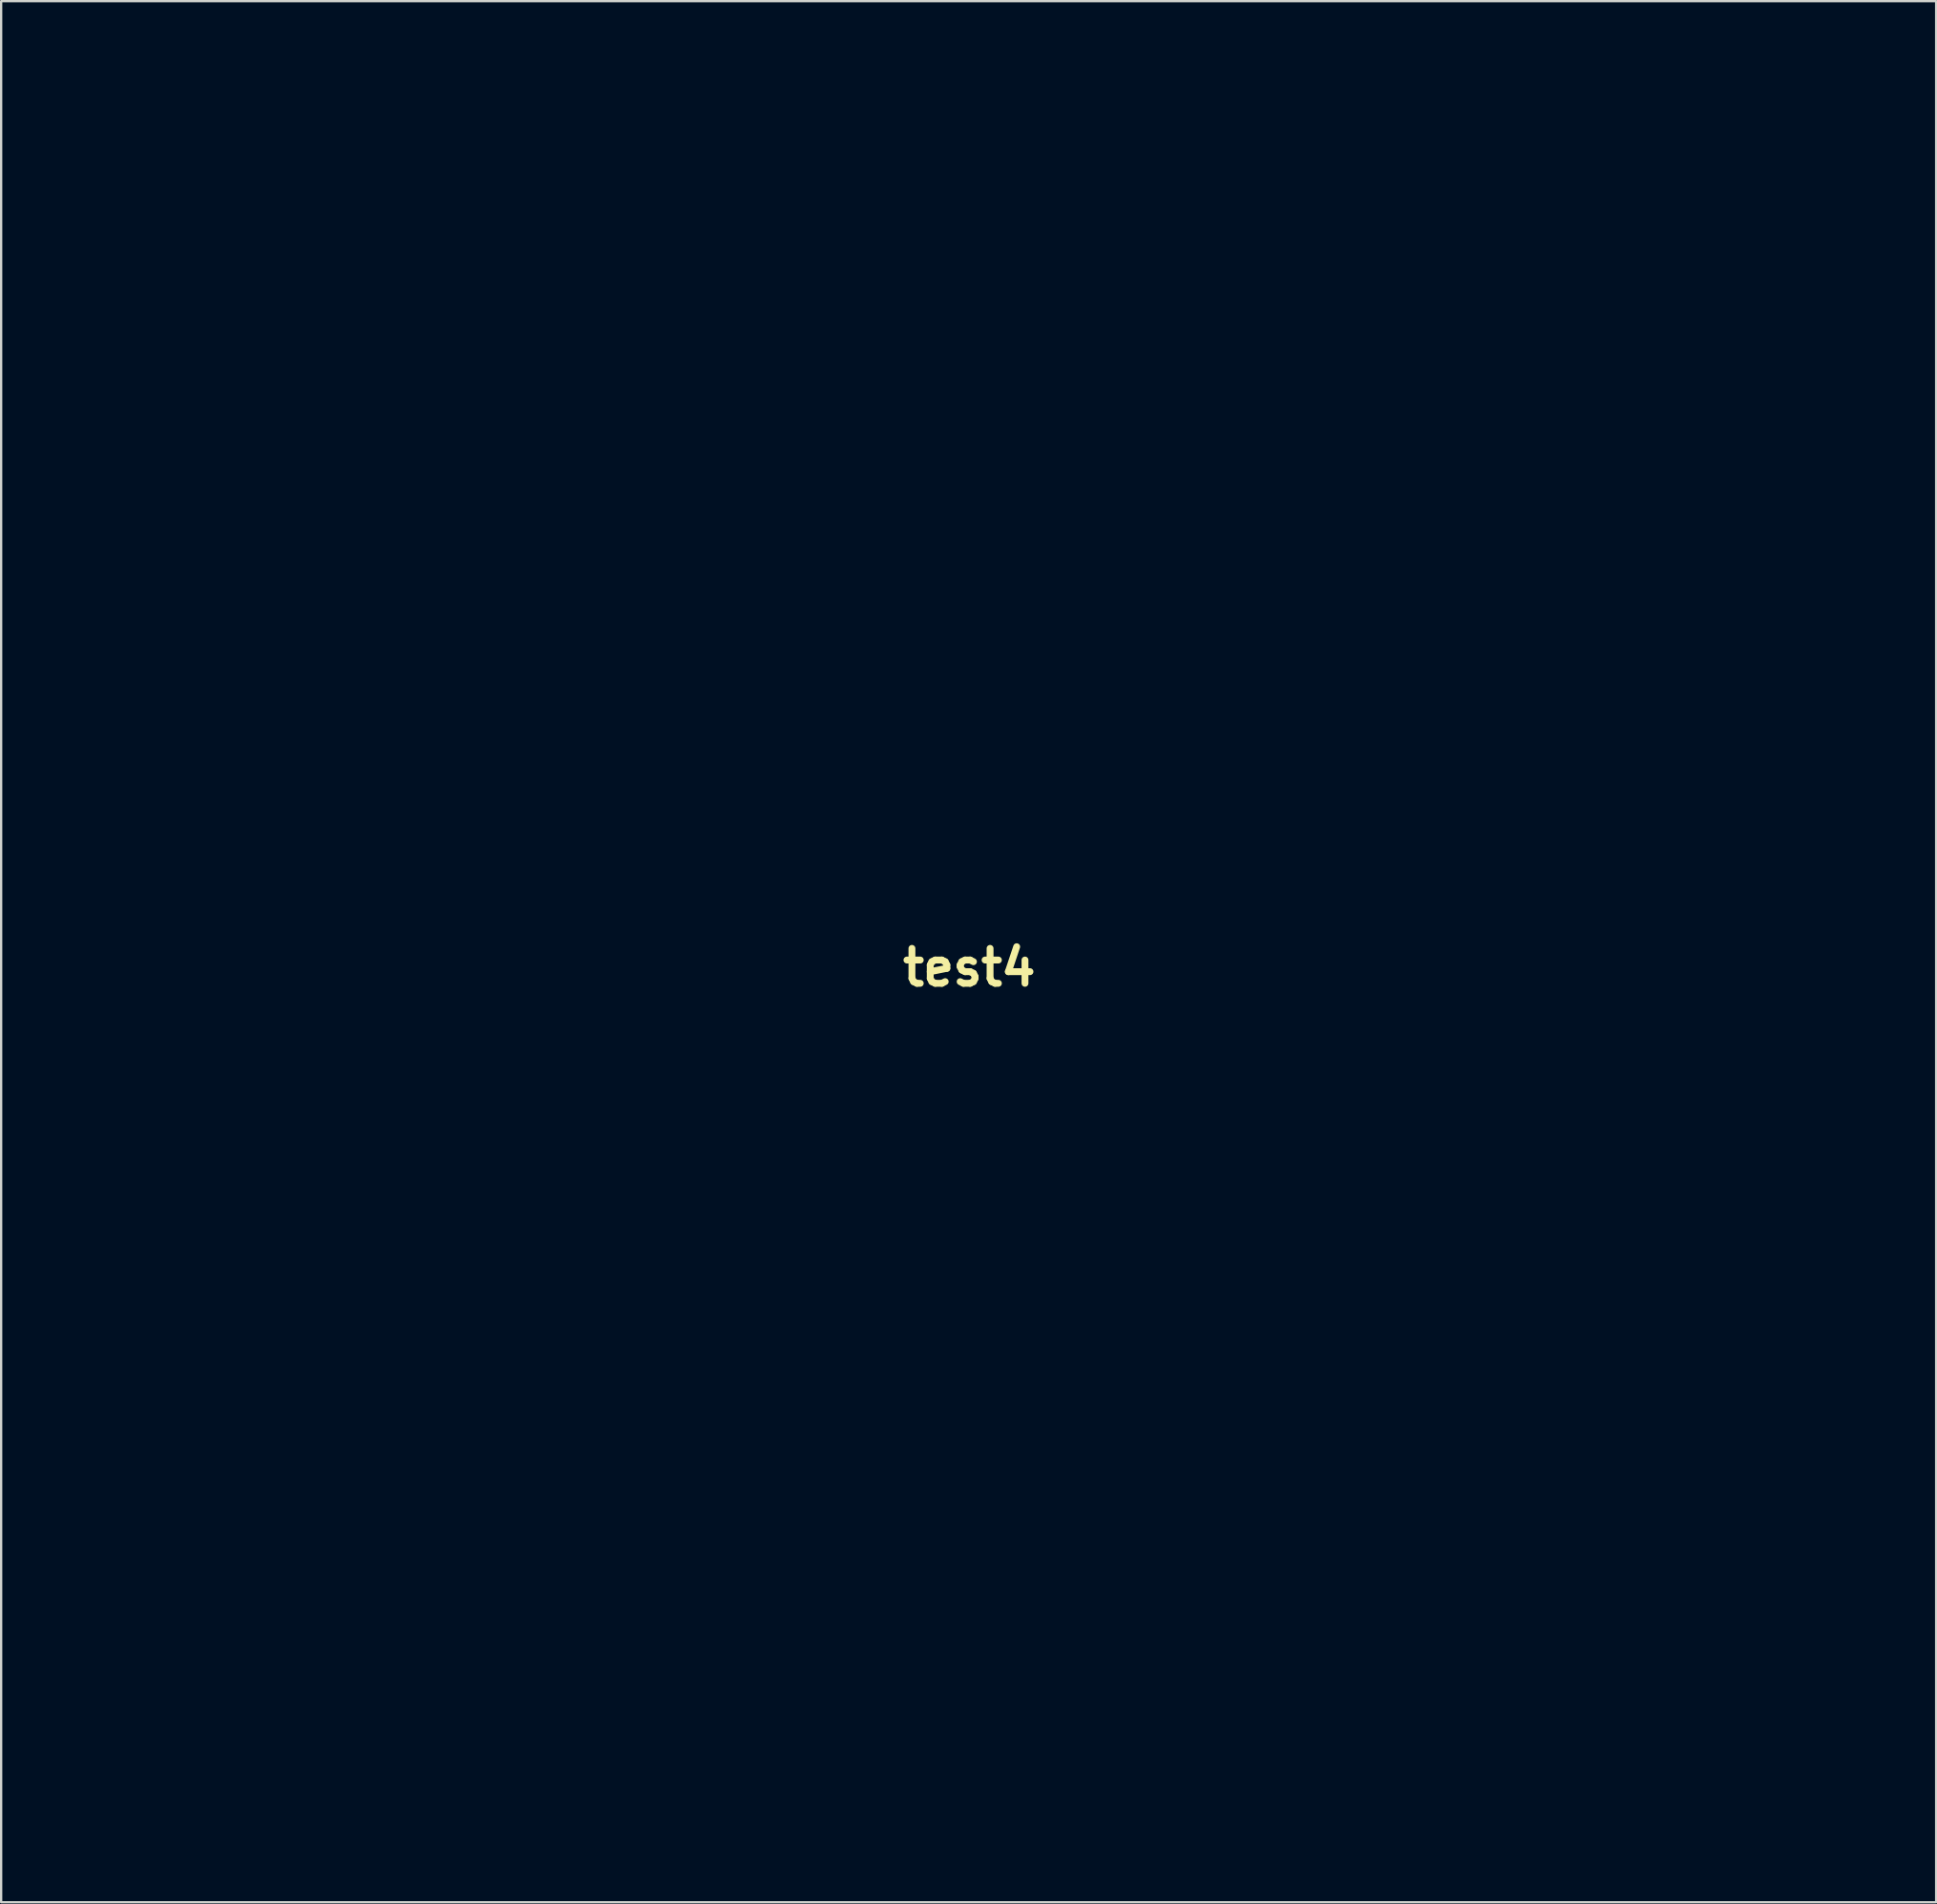
<source format=kicad_pcb>
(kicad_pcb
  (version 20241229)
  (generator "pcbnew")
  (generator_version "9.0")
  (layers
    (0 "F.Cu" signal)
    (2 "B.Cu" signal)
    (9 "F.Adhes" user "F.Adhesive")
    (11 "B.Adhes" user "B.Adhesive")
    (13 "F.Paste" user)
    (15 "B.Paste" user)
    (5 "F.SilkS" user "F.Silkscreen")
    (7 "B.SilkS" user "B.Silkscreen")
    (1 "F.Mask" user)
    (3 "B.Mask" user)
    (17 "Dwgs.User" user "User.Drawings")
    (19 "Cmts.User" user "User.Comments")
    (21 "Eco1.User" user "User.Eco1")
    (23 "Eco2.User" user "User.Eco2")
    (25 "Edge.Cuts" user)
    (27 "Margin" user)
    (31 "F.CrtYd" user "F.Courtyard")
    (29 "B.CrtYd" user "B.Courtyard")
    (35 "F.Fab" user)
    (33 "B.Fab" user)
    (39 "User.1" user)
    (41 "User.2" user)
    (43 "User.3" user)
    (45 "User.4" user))
  (footprint "test4"
    (layer "F.Cu")
    (at 39.263 39.176)
    (property "Reference" "test4" (at 0 0 0) (layer "F.SilkS") (effects (font (size 1.524 1.524) (thickness 0.3))))
    (attr through_hole)
    (fp_poly (pts (xy -18.442 30.753) (xy -18.384 30.865) (xy -18.378 30.956) (xy -18.382 30.961) (xy -18.445 30.94) (xy -18.492 30.9) (xy -18.571 30.782) (xy -18.552 30.707) (xy -18.513 30.698) (xy -18.442 30.753)) (stroke (width 0.01) (type solid)) (fill yes) (layer "F.Mask"))
    (fp_poly (pts (xy -35.838 1.709) (xy -35.506 1.832) (xy -35.289 1.949) (xy -35.199 2.055) (xy -35.197 2.069) (xy -35.207 2.162) (xy -35.215 2.171) (xy -35.285 2.139) (xy -35.447 2.064) (xy -35.614 1.985) (xy -35.818 1.874) (xy -35.953 1.776) (xy -36.003 1.706) (xy -35.955 1.683) (xy -35.838 1.709)) (stroke (width 0.01) (type solid)) (fill yes) (layer "F.Mask"))
    (fp_poly (pts (xy -8.517 26.929) (xy -8.335 27.004) (xy -8.164 27.085) (xy -7.889 27.232) (xy -7.73 27.342) (xy -7.692 27.409) (xy -7.783 27.428) (xy -7.783 27.428) (xy -7.896 27.397) (xy -8.09 27.322) (xy -8.255 27.25) (xy -8.474 27.132) (xy -8.609 27.021) (xy -8.636 26.965) (xy -8.61 26.918) (xy -8.517 26.929)) (stroke (width 0.01) (type solid)) (fill yes) (layer "F.Mask"))
    (fp_poly (pts (xy -18.522 31.455) (xy -18.428 31.499) (xy -18.331 31.626) (xy -18.292 31.85) (xy -18.315 32.132) (xy -18.35 32.275) (xy -18.397 32.437) (xy -18.705 32.253) (xy -18.884 32.131) (xy -18.995 32.025) (xy -19.014 31.986) (xy -18.975 31.874) (xy -18.882 31.714) (xy -18.768 31.554) (xy -18.667 31.445) (xy -18.628 31.424) (xy -18.522 31.455)) (stroke (width 0.01) (type solid)) (fill yes) (layer "F.Mask"))
    (fp_poly (pts (xy -34.906 8.969) (xy -34.812 9.058) (xy -34.706 9.186) (xy -34.613 9.328) (xy -34.579 9.398) (xy -34.466 9.697) (xy -34.425 9.877) (xy -34.459 9.942) (xy -34.567 9.9) (xy -34.634 9.852) (xy -34.724 9.728) (xy -34.81 9.526) (xy -34.833 9.448) (xy -34.894 9.226) (xy -34.947 9.05) (xy -34.959 9.012) (xy -34.964 8.945) (xy -34.906 8.969)) (stroke (width 0.01) (type solid)) (fill yes) (layer "F.Mask"))
    (fp_poly (pts (xy -36.135 9.788) (xy -35.847 9.796) (xy -35.579 9.809) (xy -35.37 9.824) (xy -35.26 9.84) (xy -35.255 9.843) (xy -35.206 9.909) (xy -35.278 9.96) (xy -35.45 9.994) (xy -35.699 10.009) (xy -36.003 10.002) (xy -36.338 9.97) (xy -36.395 9.962) (xy -36.57 9.92) (xy -36.679 9.864) (xy -36.697 9.814) (xy -36.609 9.79) (xy -36.402 9.785) (xy -36.135 9.788)) (stroke (width 0.01) (type solid)) (fill yes) (layer "F.Mask"))
    (fp_poly (pts (xy -34.398 10.117) (xy -34.322 10.22) (xy -34.236 10.421) (xy -34.146 10.686) (xy -34.055 10.966) (xy -33.979 11.195) (xy -33.93 11.337) (xy -33.921 11.36) (xy -33.955 11.419) (xy -34.043 11.435) (xy -34.179 11.404) (xy -34.225 11.36) (xy -34.303 11.14) (xy -34.392 10.876) (xy -34.48 10.607) (xy -34.555 10.37) (xy -34.604 10.203) (xy -34.617 10.147) (xy -34.556 10.098) (xy -34.478 10.087) (xy -34.398 10.117)) (stroke (width 0.01) (type solid)) (fill yes) (layer "F.Mask"))
    (fp_poly (pts (xy -21.188 29.938) (xy -20.923 30.112) (xy -20.606 30.291) (xy -20.395 30.395) (xy -19.949 30.598) (xy -20.308 30.793) (xy -20.507 30.899) (xy -20.649 30.968) (xy -20.693 30.984) (xy -20.762 30.944) (xy -20.912 30.843) (xy -21.049 30.748) (xy -21.331 30.55) (xy -21.515 30.415) (xy -21.619 30.319) (xy -21.659 30.237) (xy -21.655 30.147) (xy -21.623 30.023) (xy -21.613 29.986) (xy -21.536 29.682) (xy -21.188 29.938)) (stroke (width 0.01) (type solid)) (fill yes) (layer "F.Mask"))
    (fp_poly (pts (xy -14.736 32.588) (xy -14.093 32.877) (xy -13.394 33.176) (xy -12.687 33.467) (xy -12.021 33.729) (xy -11.513 33.917) (xy -11.422 33.975) (xy -11.461 34.065) (xy -11.467 34.073) (xy -11.581 34.162) (xy -11.638 34.176) (xy -11.73 34.148) (xy -11.932 34.075) (xy -12.22 33.965) (xy -12.57 33.828) (xy -12.845 33.719) (xy -13.599 33.409) (xy -14.224 33.137) (xy -14.73 32.899) (xy -15.128 32.689) (xy -15.426 32.503) (xy -15.634 32.335) (xy -15.652 32.318) (xy -15.937 32.033) (xy -14.736 32.588)) (stroke (width 0.01) (type solid)) (fill yes) (layer "F.Mask"))
    (fp_poly (pts (xy -14.85 33.378) (xy -14.564 33.506) (xy -14.184 33.67) (xy -13.752 33.852) (xy -13.31 34.034) (xy -13.127 34.109) (xy -12.754 34.26) (xy -12.43 34.393) (xy -12.18 34.498) (xy -12.024 34.564) (xy -11.985 34.584) (xy -12.028 34.629) (xy -12.157 34.725) (xy -12.334 34.847) (xy -12.522 34.97) (xy -12.682 35.068) (xy -12.777 35.117) (xy -12.787 35.118) (xy -12.86 35.089) (xy -13.029 35.02) (xy -13.244 34.931) (xy -13.823 34.69) (xy -14.28 34.496) (xy -14.63 34.344) (xy -14.886 34.225) (xy -15.061 34.134) (xy -15.17 34.064) (xy -15.225 34.009) (xy -15.24 33.962) (xy -15.292 33.811) (xy -15.349 33.746) (xy -15.423 33.612) (xy -15.457 33.402) (xy -15.458 33.377) (xy -15.458 33.099) (xy -14.85 33.378)) (stroke (width 0.01) (type solid)) (fill yes) (layer "F.Mask"))
    (fp_poly (pts (xy -8.512 29.136) (xy -8.356 29.289) (xy -8.305 29.34) (xy -8.072 29.55) (xy -7.83 29.697) (xy -7.517 29.818) (xy -7.452 29.838) (xy -7.184 29.929) (xy -6.963 30.018) (xy -6.834 30.087) (xy -6.827 30.092) (xy -6.775 30.139) (xy -6.762 30.174) (xy -6.81 30.209) (xy -6.941 30.254) (xy -7.178 30.321) (xy -7.363 30.373) (xy -7.677 30.476) (xy -8.003 30.609) (xy -8.161 30.686) (xy -8.37 30.795) (xy -8.526 30.875) (xy -8.582 30.903) (xy -8.626 30.864) (xy -8.636 30.79) (xy -8.571 30.665) (xy -8.395 30.523) (xy -8.139 30.38) (xy -7.833 30.256) (xy -7.737 30.226) (xy -7.442 30.138) (xy -7.771 29.993) (xy -8.091 29.82) (xy -8.36 29.617) (xy -8.55 29.408) (xy -8.634 29.218) (xy -8.636 29.191) (xy -8.63 29.097) (xy -8.596 29.076) (xy -8.512 29.136)) (stroke (width 0.01) (type solid)) (fill yes) (layer "F.Mask"))
    (fp_poly (pts (xy -7.068 21.501) (xy -7.069 21.587) (xy -7.118 21.767) (xy -7.202 22.003) (xy -7.203 22.004) (xy -7.388 22.542) (xy -7.497 23.062) (xy -7.544 23.629) (xy -7.547 23.877) (xy -7.547 24.524) (xy -7.934 24.816) (xy -8.151 24.996) (xy -8.328 25.172) (xy -8.418 25.29) (xy -8.519 25.433) (xy -8.6 25.467) (xy -8.636 25.382) (xy -8.636 25.368) (xy -8.574 25.11) (xy -8.384 24.857) (xy -8.134 24.649) (xy -7.765 24.384) (xy -7.765 23.783) (xy -7.751 23.432) (xy -7.714 23.073) (xy -7.661 22.781) (xy -7.656 22.763) (xy -7.598 22.534) (xy -7.559 22.368) (xy -7.547 22.308) (xy -7.598 22.324) (xy -7.726 22.407) (xy -7.783 22.449) (xy -8.004 22.597) (xy -8.261 22.746) (xy -8.328 22.781) (xy -8.513 22.869) (xy -8.604 22.892) (xy -8.634 22.851) (xy -8.636 22.807) (xy -8.568 22.691) (xy -8.373 22.547) (xy -8.233 22.468) (xy -7.952 22.287) (xy -7.657 22.043) (xy -7.472 21.856) (xy -7.294 21.669) (xy -7.153 21.542) (xy -7.073 21.499) (xy -7.068 21.501)) (stroke (width 0.01) (type solid)) (fill yes) (layer "F.Mask"))
    (fp_poly (pts (xy -8.46 25.852) (xy -8.279 25.946) (xy -8.194 26.011) (xy -7.983 26.149) (xy -7.699 26.287) (xy -7.394 26.403) (xy -7.125 26.475) (xy -7.004 26.489) (xy -6.871 26.522) (xy -6.789 26.647) (xy -6.76 26.737) (xy -6.602 27.096) (xy -6.333 27.474) (xy -5.975 27.84) (xy -5.805 27.982) (xy -5.597 28.157) (xy -5.443 28.306) (xy -5.372 28.401) (xy -5.37 28.41) (xy -5.421 28.45) (xy -5.581 28.476) (xy -5.864 28.489) (xy -6.187 28.49) (xy -6.561 28.491) (xy -6.826 28.503) (xy -7.02 28.532) (xy -7.178 28.583) (xy -7.314 28.648) (xy -7.553 28.763) (xy -7.716 28.797) (xy -7.85 28.748) (xy -8.002 28.61) (xy -8.024 28.587) (xy -8.213 28.411) (xy -8.405 28.265) (xy -8.436 28.245) (xy -8.558 28.137) (xy -8.631 28.008) (xy -8.639 27.904) (xy -8.58 27.867) (xy -8.463 27.914) (xy -8.277 28.036) (xy -8.06 28.209) (xy -7.941 28.315) (xy -7.719 28.524) (xy -7.361 28.364) (xy -7.015 28.251) (xy -6.61 28.202) (xy -6.484 28.199) (xy -5.964 28.194) (xy -6.36 27.779) (xy -6.575 27.53) (xy -6.766 27.27) (xy -6.894 27.051) (xy -6.898 27.042) (xy -6.997 26.846) (xy -7.108 26.735) (xy -7.283 26.664) (xy -7.408 26.632) (xy -7.684 26.538) (xy -7.985 26.392) (xy -8.141 26.299) (xy -8.345 26.168) (xy -8.503 26.079) (xy -8.571 26.053) (xy -8.629 25.994) (xy -8.636 25.944) (xy -8.588 25.851) (xy -8.46 25.852)) (stroke (width 0.01) (type solid)) (fill yes) (layer "F.Mask"))
    (fp_poly (pts (xy -35.197 23.81) (xy -35.226 23.964) (xy -35.335 24.08) (xy -35.469 24.158) (xy -35.741 24.298) (xy -35.469 24.349) (xy -35.268 24.4) (xy -35.202 24.446) (xy -35.261 24.478) (xy -35.436 24.488) (xy -35.623 24.477) (xy -35.884 24.463) (xy -36.06 24.486) (xy -36.209 24.559) (xy -36.276 24.606) (xy -36.448 24.752) (xy -36.49 24.843) (xy -36.401 24.886) (xy -36.29 24.892) (xy -36.058 24.918) (xy -35.888 24.964) (xy -35.68 24.996) (xy -35.448 24.932) (xy -35.288 24.879) (xy -35.202 24.877) (xy -35.197 24.887) (xy -35.257 24.953) (xy -35.403 25.032) (xy -35.42 25.039) (xy -35.628 25.192) (xy -35.834 25.466) (xy -35.854 25.501) (xy -35.996 25.763) (xy -36.053 25.926) (xy -36.022 26.014) (xy -35.897 26.048) (xy -35.747 26.053) (xy -35.462 26.067) (xy -35.293 26.116) (xy -35.214 26.217) (xy -35.197 26.353) (xy -35.21 26.498) (xy -35.279 26.534) (xy -35.397 26.508) (xy -35.668 26.465) (xy -36.035 26.451) (xy -36.453 26.463) (xy -36.875 26.499) (xy -37.257 26.557) (xy -37.519 26.623) (xy -37.791 26.711) (xy -37.958 26.758) (xy -38.054 26.766) (xy -38.112 26.739) (xy -38.166 26.678) (xy -38.169 26.675) (xy -38.208 26.611) (xy -38.198 26.544) (xy -38.121 26.453) (xy -37.959 26.314) (xy -37.766 26.162) (xy -37.717 26.109) (xy -37.182 26.109) (xy -37.107 26.129) (xy -36.999 26.083) (xy -36.907 25.989) (xy -36.75 25.989) (xy -36.72 26.044) (xy -36.585 26.044) (xy -36.525 26.039) (xy -36.369 26.011) (xy -36.254 25.938) (xy -36.14 25.787) (xy -36.049 25.632) (xy -35.832 25.248) (xy -36.228 25.442) (xy -36.505 25.604) (xy -36.664 25.768) (xy -36.704 25.849) (xy -36.75 25.989) (xy -36.907 25.989) (xy -36.9 25.982) (xy -36.879 25.944) (xy -36.832 25.813) (xy -36.836 25.763) (xy -36.973 25.812) (xy -37.116 25.923) (xy -37.182 26.015) (xy -37.182 26.109) (xy -37.717 26.109) (xy -37.631 26.017) (xy -37.458 25.772) (xy -37.269 25.461) (xy -37.264 25.452) (xy -36.864 25.452) (xy -36.859 25.532) (xy -36.759 25.534) (xy -36.554 25.457) (xy -36.324 25.349) (xy -36.113 25.237) (xy -35.968 25.143) (xy -35.923 25.095) (xy -35.988 25.062) (xy -36.154 25.041) (xy -36.279 25.037) (xy -36.5 25.046) (xy -36.632 25.093) (xy -36.731 25.206) (xy -36.784 25.291) (xy -36.864 25.452) (xy -37.264 25.452) (xy -37.161 25.263) (xy -36.995 24.959) (xy -36.841 24.695) (xy -36.716 24.504) (xy -36.651 24.423) (xy -36.534 24.34) (xy -36.322 24.211) (xy -36.05 24.056) (xy -35.859 23.953) (xy -35.197 23.601) (xy -35.197 23.81)) (stroke (width 0.01) (type solid)) (fill yes) (layer "F.Mask"))
    (fp_poly (pts (xy -35.203 16.845) (xy -35.197 16.977) (xy -35.241 17.172) (xy -35.385 17.293) (xy -35.573 17.392) (xy -35.385 17.515) (xy -35.232 17.64) (xy -35.203 17.714) (xy -35.286 17.716) (xy -35.45 17.636) (xy -35.623 17.541) (xy -35.736 17.525) (xy -35.846 17.58) (xy -35.849 17.582) (xy -35.919 17.641) (xy -35.928 17.7) (xy -35.859 17.785) (xy -35.698 17.923) (xy -35.597 18.004) (xy -35.398 18.176) (xy -35.255 18.325) (xy -35.197 18.419) (xy -35.197 18.422) (xy -35.243 18.445) (xy -35.369 18.367) (xy -35.437 18.31) (xy -35.662 18.129) (xy -35.904 17.96) (xy -35.938 17.938) (xy -36.112 17.84) (xy -36.234 17.816) (xy -36.376 17.861) (xy -36.459 17.9) (xy -36.718 18.023) (xy -36.484 18.18) (xy -36.294 18.277) (xy -36.021 18.382) (xy -35.724 18.471) (xy -35.723 18.471) (xy -35.471 18.543) (xy -35.285 18.61) (xy -35.199 18.659) (xy -35.197 18.665) (xy -35.205 18.704) (xy -35.247 18.717) (xy -35.354 18.702) (xy -35.553 18.654) (xy -35.731 18.608) (xy -35.986 18.549) (xy -36.176 18.538) (xy -36.354 18.582) (xy -36.575 18.692) (xy -36.707 18.767) (xy -36.676 18.822) (xy -36.574 18.946) (xy -36.517 19.011) (xy -36.305 19.243) (xy -35.78 19.019) (xy -35.5 18.901) (xy -35.329 18.833) (xy -35.238 18.806) (xy -35.203 18.815) (xy -35.197 18.851) (xy -35.197 18.857) (xy -35.26 18.911) (xy -35.425 18.999) (xy -35.659 19.104) (xy -35.705 19.123) (xy -35.948 19.224) (xy -36.127 19.307) (xy -36.211 19.356) (xy -36.213 19.36) (xy -36.178 19.435) (xy -36.087 19.597) (xy -35.958 19.814) (xy -35.954 19.82) (xy -35.695 20.246) (xy -35.476 20.133) (xy -35.306 20.068) (xy -35.21 20.071) (xy -35.211 20.132) (xy -35.298 20.214) (xy -35.439 20.305) (xy -35.512 20.34) (xy -35.518 20.406) (xy -35.447 20.544) (xy -35.387 20.629) (xy -35.26 20.84) (xy -35.208 21.023) (xy -35.21 21.055) (xy -35.231 21.13) (xy -35.28 21.133) (xy -35.377 21.051) (xy -35.543 20.872) (xy -35.568 20.845) (xy -35.775 20.59) (xy -36.003 20.274) (xy -36.204 19.964) (xy -36.21 19.953) (xy -36.507 19.502) (xy -36.812 19.155) (xy -37.165 18.872) (xy -37.606 18.617) (xy -37.635 18.602) (xy -37.954 18.431) (xy -38.151 18.293) (xy -38.16 18.277) (xy -37.556 18.277) (xy -37.265 18.457) (xy -37.026 18.589) (xy -36.848 18.634) (xy -36.683 18.599) (xy -36.586 18.55) (xy -36.491 18.483) (xy -36.496 18.431) (xy -36.611 18.388) (xy -36.85 18.35) (xy -37.097 18.323) (xy -37.556 18.277) (xy -38.16 18.277) (xy -38.221 18.179) (xy -38.163 18.083) (xy -37.2 18.083) (xy -37.186 18.122) (xy -37.157 18.143) (xy -37 18.198) (xy -36.866 18.213) (xy -36.75 18.203) (xy -36.764 18.163) (xy -36.794 18.143) (xy -36.951 18.087) (xy -37.084 18.073) (xy -37.2 18.083) (xy -38.163 18.083) (xy -38.16 18.079) (xy -37.966 17.983) (xy -37.634 17.882) (xy -37.338 17.808) (xy -36.573 17.549) (xy -35.852 17.154) (xy -35.814 17.128) (xy -35.603 16.99) (xy -35.414 16.875) (xy -35.36 16.845) (xy -35.246 16.798) (xy -35.203 16.845)) (stroke (width 0.01) (type solid)) (fill yes) (layer "F.Mask"))
    (fp_poly (pts (xy -0.626 28.906) (xy -0.688 29.038) (xy -0.867 29.254) (xy -0.996 29.389) (xy -1.468 29.961) (xy -1.832 30.608) (xy -2.036 31.169) (xy -2.157 31.605) (xy -2.452 31.581) (xy -2.815 31.617) (xy -3.219 31.773) (xy -3.639 32.04) (xy -3.744 32.122) (xy -3.932 32.271) (xy -4.051 32.34) (xy -4.146 32.339) (xy -4.26 32.282) (xy -4.28 32.271) (xy -4.473 32.206) (xy -4.769 32.166) (xy -5.125 32.15) (xy -5.502 32.162) (xy -5.857 32.202) (xy -5.915 32.212) (xy -6.205 32.266) (xy -5.899 32.425) (xy -5.539 32.55) (xy -5.112 32.576) (xy -4.665 32.519) (xy -4.451 32.492) (xy -4.319 32.522) (xy -4.246 32.584) (xy -4.027 32.76) (xy -3.718 32.928) (xy -3.374 33.063) (xy -3.049 33.14) (xy -3.014 33.144) (xy -2.793 33.172) (xy -2.657 33.221) (xy -2.561 33.325) (xy -2.457 33.518) (xy -2.429 33.574) (xy -2.218 33.906) (xy -1.885 34.279) (xy -1.664 34.49) (xy -1.428 34.713) (xy -1.239 34.908) (xy -1.12 35.049) (xy -1.089 35.106) (xy -1.09 35.155) (xy -1.114 35.179) (xy -1.187 35.174) (xy -1.338 35.137) (xy -1.596 35.067) (xy -1.669 35.047) (xy -2.177 34.94) (xy -2.64 34.922) (xy -3.124 34.994) (xy -3.244 35.022) (xy -3.703 35.137) (xy -4.045 34.91) (xy -4.324 34.754) (xy -4.635 34.618) (xy -4.764 34.574) (xy -4.983 34.503) (xy -5.102 34.431) (xy -5.16 34.316) (xy -5.19 34.16) (xy -5.266 33.87) (xy -5.397 33.534) (xy -5.558 33.203) (xy -5.573 33.177) (xy -5.25 33.177) (xy -5.214 33.255) (xy -5.146 33.414) (xy -5.064 33.654) (xy -5.007 33.844) (xy -4.936 34.081) (xy -4.863 34.221) (xy -4.748 34.308) (xy -4.554 34.386) (xy -4.511 34.401) (xy -4.255 34.507) (xy -4.024 34.627) (xy -3.935 34.686) (xy -3.767 34.785) (xy -3.586 34.803) (xy -3.447 34.783) (xy -3.24 34.757) (xy -2.942 34.738) (xy -2.606 34.728) (xy -2.495 34.727) (xy -1.833 34.725) (xy -2.181 34.344) (xy -2.381 34.103) (xy -2.556 33.855) (xy -2.658 33.673) (xy -2.755 33.487) (xy -2.858 33.403) (xy -3.013 33.383) (xy -3.017 33.383) (xy -3.364 33.331) (xy -3.743 33.192) (xy -4.09 32.991) (xy -4.15 32.945) (xy -4.37 32.802) (xy -4.596 32.744) (xy -4.878 32.762) (xy -5.039 32.793) (xy -5.133 32.817) (xy -5.167 32.851) (xy -5.125 32.911) (xy -4.994 33.014) (xy -4.76 33.179) (xy -4.696 33.222) (xy -4.417 33.408) (xy -4.151 33.572) (xy -3.941 33.687) (xy -3.885 33.713) (xy -3.708 33.806) (xy -3.634 33.881) (xy -3.669 33.919) (xy -3.817 33.899) (xy -3.832 33.895) (xy -4.142 33.776) (xy -4.528 33.574) (xy -4.92 33.335) (xy -5.124 33.208) (xy -5.228 33.157) (xy -5.25 33.177) (xy -5.573 33.177) (xy -5.725 32.927) (xy -5.833 32.795) (xy -6.119 32.587) (xy -6.496 32.453) (xy -6.978 32.387) (xy -7.444 32.382) (xy -8.164 32.403) (xy -7.564 32.648) (xy -7.167 32.831) (xy -6.898 33.012) (xy -6.741 33.205) (xy -6.679 33.427) (xy -6.677 33.489) (xy -6.737 33.74) (xy -6.895 33.921) (xy -7.111 34.019) (xy -7.35 34.017) (xy -7.573 33.901) (xy -7.612 33.863) (xy -7.72 33.697) (xy -7.826 33.452) (xy -7.885 33.264) (xy -7.964 33.015) (xy -7.725 33.015) (xy -7.705 33.145) (xy -7.682 33.249) (xy -7.612 33.475) (xy -7.523 33.655) (xy -7.496 33.69) (xy -7.326 33.797) (xy -7.139 33.804) (xy -6.991 33.711) (xy -6.969 33.678) (xy -6.903 33.506) (xy -6.933 33.364) (xy -7.072 33.199) (xy -7.072 33.198) (xy -7.208 33.086) (xy -7.323 33.025) (xy -7.384 33.027) (xy -7.366 33.093) (xy -7.362 33.156) (xy -7.441 33.157) (xy -7.561 33.101) (xy -7.626 33.051) (xy -7.701 32.992) (xy -7.725 33.015) (xy -7.964 33.015) (xy -7.979 32.968) (xy -8.098 32.76) (xy -8.282 32.588) (xy -8.438 32.48) (xy -8.596 32.321) (xy -8.636 32.134) (xy -8.636 32.004) (xy -7.257 32.004) (xy -7.195 32.057) (xy -7.035 32.064) (xy -6.815 32.023) (xy -6.749 32.004) (xy -6.665 31.969) (xy -6.697 31.95) (xy -6.858 31.94) (xy -6.912 31.939) (xy -7.113 31.948) (xy -7.238 31.98) (xy -7.257 32.004) (xy -8.636 32.004) (xy -8.636 31.917) (xy -8.219 31.96) (xy -7.942 31.975) (xy -7.733 31.943) (xy -7.62 31.895) (xy -6.096 31.895) (xy -6.06 31.931) (xy -6.023 31.895) (xy -6.06 31.859) (xy -6.096 31.895) (xy -7.62 31.895) (xy -7.517 31.852) (xy -7.481 31.833) (xy -7.289 31.714) (xy -7.163 31.579) (xy -7.066 31.386) (xy -6.87 31.386) (xy -6.835 31.397) (xy -6.718 31.324) (xy -6.562 31.258) (xy -6.493 31.294) (xy -6.528 31.405) (xy -6.601 31.493) (xy -6.708 31.611) (xy -6.749 31.677) (xy -6.689 31.714) (xy -6.545 31.712) (xy -6.369 31.678) (xy -6.215 31.619) (xy -6.185 31.601) (xy -6.053 31.436) (xy -6.014 31.23) (xy -6.066 31.034) (xy -6.207 30.901) (xy -6.361 30.857) (xy -6.501 30.905) (xy -6.58 30.959) (xy -6.737 31.114) (xy -6.833 31.271) (xy -6.87 31.386) (xy -7.066 31.386) (xy -7.062 31.378) (xy -7.009 31.237) (xy -6.912 30.991) (xy -6.817 30.844) (xy -6.691 30.753) (xy -6.587 30.709) (xy -6.287 30.655) (xy -6.037 30.72) (xy -5.854 30.882) (xy -5.756 31.12) (xy -5.76 31.412) (xy -5.844 31.663) (xy -5.956 31.895) (xy -5.864 31.786) (xy -5.549 31.786) (xy -5.439 31.75) (xy -5.237 31.651) (xy -4.972 31.508) (xy -4.674 31.336) (xy -4.373 31.151) (xy -4.098 30.972) (xy -4.093 30.968) (xy -3.646 30.67) (xy -3.276 30.438) (xy -2.993 30.279) (xy -2.81 30.198) (xy -2.763 30.19) (xy -2.702 30.196) (xy -2.681 30.219) (xy -2.711 30.268) (xy -2.803 30.351) (xy -2.966 30.475) (xy -3.212 30.65) (xy -3.55 30.882) (xy -3.992 31.181) (xy -4.361 31.429) (xy -4.608 31.594) (xy -4.822 31.736) (xy -4.964 31.828) (xy -4.978 31.836) (xy -5.04 31.888) (xy -5.005 31.916) (xy -4.853 31.929) (xy -4.753 31.932) (xy -4.51 31.95) (xy -4.307 31.984) (xy -4.245 32.004) (xy -4.123 32.056) (xy -4.083 32.071) (xy -4.021 32.034) (xy -3.878 31.931) (xy -3.72 31.812) (xy -3.346 31.557) (xy -3.015 31.409) (xy -2.694 31.353) (xy -2.624 31.351) (xy -2.45 31.343) (xy -2.355 31.294) (xy -2.296 31.167) (xy -2.255 31.015) (xy -2.057 30.467) (xy -1.729 29.883) (xy -1.648 29.761) (xy -1.524 29.577) (xy -1.479 29.489) (xy -1.508 29.47) (xy -1.603 29.497) (xy -1.749 29.524) (xy -1.999 29.552) (xy -2.312 29.577) (xy -2.517 29.589) (xy -3.257 29.625) (xy -3.551 29.974) (xy -3.764 30.182) (xy -4.04 30.389) (xy -4.338 30.572) (xy -4.618 30.707) (xy -4.842 30.769) (xy -4.872 30.77) (xy -4.995 30.836) (xy -5.052 30.959) (xy -5.123 31.124) (xy -5.252 31.339) (xy -5.343 31.467) (xy -5.47 31.64) (xy -5.542 31.756) (xy -5.549 31.786) (xy -5.864 31.786) (xy -5.754 31.656) (xy -5.606 31.456) (xy -5.438 31.195) (xy -5.33 31.009) (xy -5.192 30.775) (xy -5.068 30.636) (xy -4.917 30.551) (xy -4.781 30.506) (xy -4.29 30.29) (xy -3.847 29.948) (xy -3.59 29.659) (xy -3.324 29.309) (xy -2.876 29.357) (xy -2.232 29.355) (xy -1.594 29.219) (xy -1.13 29.028) (xy -0.847 28.899) (xy -0.679 28.859) (xy -0.626 28.906)) (stroke (width 0.01) (type solid)) (fill yes) (layer "F.Mask"))
    (fp_poly (pts (xy -8.257 3.022) (xy -8.249 3.178) (xy -8.305 3.329) (xy -8.381 3.525) (xy -8.409 3.747) (xy -8.387 4.019) (xy -8.312 4.366) (xy -8.181 4.814) (xy -8.128 4.98) (xy -8.017 5.344) (xy -7.925 5.683) (xy -7.863 5.962) (xy -7.839 6.142) (xy -7.839 6.147) (xy -7.901 6.503) (xy -8.076 6.922) (xy -8.346 7.366) (xy -8.462 7.544) (xy -8.529 7.663) (xy -8.534 7.693) (xy -8.457 7.655) (xy -8.306 7.562) (xy -8.239 7.517) (xy -7.887 7.339) (xy -7.518 7.279) (xy -7.119 7.339) (xy -6.674 7.522) (xy -6.26 7.767) (xy -5.783 8.041) (xy -5.349 8.198) (xy -4.925 8.244) (xy -4.521 8.198) (xy -4.261 8.136) (xy -4.037 8.071) (xy -3.939 8.035) (xy -3.776 7.995) (xy -3.686 8.041) (xy -3.67 8.111) (xy -3.733 8.23) (xy -3.886 8.416) (xy -4.047 8.588) (xy -4.261 8.816) (xy -4.404 8.997) (xy -4.497 9.175) (xy -4.561 9.391) (xy -4.615 9.691) (xy -4.639 9.844) (xy -4.745 10.287) (xy -4.915 10.701) (xy -5.126 11.031) (xy -5.164 11.075) (xy -5.23 11.155) (xy -5.255 11.231) (xy -5.233 11.338) (xy -5.156 11.508) (xy -5.023 11.765) (xy -4.796 12.144) (xy -4.549 12.436) (xy -4.348 12.612) (xy -4.136 12.779) (xy -3.963 12.917) (xy -3.867 12.993) (xy -3.789 13.105) (xy -3.841 13.198) (xy -4.01 13.26) (xy -4.26 13.281) (xy -4.452 13.285) (xy -4.595 13.31) (xy -4.726 13.376) (xy -4.882 13.502) (xy -5.1 13.706) (xy -5.142 13.748) (xy -5.471 14.044) (xy -5.741 14.237) (xy -5.978 14.34) (xy -6.191 14.369) (xy -6.318 14.401) (xy -6.539 14.487) (xy -6.823 14.613) (xy -7.089 14.742) (xy -7.828 15.115) (xy -7.617 15.378) (xy -7.486 15.594) (xy -7.332 15.939) (xy -7.162 16.4) (xy -7.084 16.634) (xy -6.856 17.299) (xy -6.643 17.836) (xy -6.439 18.258) (xy -6.236 18.582) (xy -6.026 18.821) (xy -6.018 18.828) (xy -5.844 19.025) (xy -5.783 19.178) (xy -5.835 19.274) (xy -5.977 19.298) (xy -6.113 19.264) (xy -6.335 19.179) (xy -6.603 19.061) (xy -6.677 19.026) (xy -6.939 18.902) (xy -7.144 18.824) (xy -7.342 18.783) (xy -7.581 18.767) (xy -7.914 18.766) (xy -7.928 18.766) (xy -8.253 18.768) (xy -8.459 18.761) (xy -8.574 18.74) (xy -8.624 18.698) (xy -8.636 18.631) (xy -8.636 18.611) (xy -8.576 18.45) (xy -8.396 18.37) (xy -8.267 18.361) (xy -8.179 18.341) (xy -8.139 18.265) (xy -8.146 18.107) (xy -8.196 17.844) (xy -8.223 17.726) (xy -8.281 17.555) (xy -8.115 17.555) (xy -8.113 17.658) (xy -8.062 17.88) (xy -8.04 17.96) (xy -7.963 18.178) (xy -7.874 18.276) (xy -7.817 18.288) (xy -7.728 18.266) (xy -7.71 18.174) (xy -7.729 18.058) (xy -7.602 18.058) (xy -7.562 18.187) (xy -7.541 18.227) (xy -7.464 18.329) (xy -7.456 18.324) (xy -7.257 18.324) (xy -7.221 18.361) (xy -7.185 18.324) (xy -7.221 18.288) (xy -7.257 18.324) (xy -7.456 18.324) (xy -7.42 18.304) (xy -7.425 18.26) (xy -7.087 18.26) (xy -7.076 18.288) (xy -6.98 18.358) (xy -6.958 18.361) (xy -6.919 18.316) (xy -6.931 18.288) (xy -7.027 18.218) (xy -7.048 18.215) (xy -7.087 18.26) (xy -7.425 18.26) (xy -7.435 18.175) (xy -7.478 18.102) (xy -7.571 18.023) (xy -7.602 18.058) (xy -7.729 18.058) (xy -7.73 18.052) (xy -7.812 17.851) (xy -7.584 17.851) (xy -7.402 17.958) (xy -7.212 18.047) (xy -7.087 18.06) (xy -7.053 17.995) (xy -7.057 17.98) (xy -7.143 17.913) (xy -7.312 17.872) (xy -7.335 17.87) (xy -7.584 17.851) (xy -7.812 17.851) (xy -7.821 17.828) (xy -7.954 17.65) (xy -8.063 17.557) (xy -8.115 17.555) (xy -8.281 17.555) (xy -8.324 17.431) (xy -8.33 17.422) (xy -8.019 17.422) (xy -7.848 17.565) (xy -7.716 17.635) (xy -7.534 17.688) (xy -7.353 17.716) (xy -7.221 17.71) (xy -7.185 17.677) (xy -7.225 17.528) (xy -7.358 17.446) (xy -7.608 17.42) (xy -7.646 17.42) (xy -8.019 17.422) (xy -8.33 17.422) (xy -8.456 17.246) (xy -8.474 17.232) (xy -8.596 17.094) (xy -8.636 16.967) (xy -8.635 16.962) (xy -8.6 16.962) (xy -8.412 17.113) (xy -8.201 17.223) (xy -7.895 17.279) (xy -7.795 17.286) (xy -7.507 17.287) (xy -7.357 17.25) (xy -7.339 17.174) (xy -7.384 17.116) (xy -7.487 17.077) (xy -7.693 17.039) (xy -7.964 17.008) (xy -8.028 17.003) (xy -8.6 16.962) (xy -8.635 16.962) (xy -8.628 16.892) (xy -8.583 16.851) (xy -8.473 16.837) (xy -8.269 16.844) (xy -8.051 16.86) (xy -7.762 16.881) (xy -7.59 16.883) (xy -7.506 16.862) (xy -7.483 16.813) (xy -7.488 16.75) (xy -7.51 16.672) (xy -7.569 16.627) (xy -7.694 16.608) (xy -7.919 16.607) (xy -8.074 16.612) (xy -8.387 16.611) (xy -8.578 16.589) (xy -8.636 16.551) (xy -8.567 16.509) (xy -8.372 16.482) (xy -8.094 16.474) (xy -7.819 16.472) (xy -7.662 16.459) (xy -7.596 16.428) (xy -7.593 16.369) (xy -7.61 16.316) (xy -7.656 16.232) (xy -7.736 16.187) (xy -7.889 16.171) (xy -8.15 16.176) (xy -8.152 16.176) (xy -8.435 16.175) (xy -8.599 16.149) (xy -8.636 16.116) (xy -8.568 16.071) (xy -8.383 16.044) (xy -8.201 16.038) (xy -7.946 16.031) (xy -7.812 15.997) (xy -7.774 15.923) (xy -7.808 15.793) (xy -7.809 15.79) (xy -7.882 15.718) (xy -8.049 15.682) (xy -8.245 15.675) (xy -8.461 15.663) (xy -8.603 15.632) (xy -8.636 15.603) (xy -8.571 15.56) (xy -8.406 15.534) (xy -8.297 15.53) (xy -7.958 15.53) (xy -8.132 15.345) (xy -8.305 15.212) (xy -8.47 15.201) (xy -8.555 15.215) (xy -8.603 15.185) (xy -8.622 15.08) (xy -8.621 14.873) (xy -8.617 14.737) (xy -8.6 14.232) (xy -8.467 14.49) (xy -8.368 14.655) (xy -8.271 14.717) (xy -8.123 14.705) (xy -8.109 14.703) (xy -7.944 14.663) (xy -7.856 14.629) (xy -7.855 14.628) (xy -7.879 14.559) (xy -7.97 14.4) (xy -8.11 14.179) (xy -8.184 14.067) (xy -8.354 13.803) (xy -8.494 13.565) (xy -8.581 13.391) (xy -8.595 13.353) (xy -8.575 13.352) (xy -8.492 13.446) (xy -8.366 13.608) (xy -8.217 13.812) (xy -8.061 14.033) (xy -7.918 14.244) (xy -7.808 14.419) (xy -7.748 14.531) (xy -7.745 14.538) (xy -7.674 14.556) (xy -7.538 14.513) (xy -7.351 14.428) (xy -7.744 13.691) (xy -7.929 13.364) (xy -8.121 13.057) (xy -8.293 12.811) (xy -8.394 12.689) (xy -8.491 12.59) (xy -8.246 12.59) (xy -8.208 12.67) (xy -8.174 12.718) (xy -8.081 12.862) (xy -7.945 13.086) (xy -7.797 13.343) (xy -7.791 13.353) (xy -7.569 13.745) (xy -7.407 14.023) (xy -7.299 14.198) (xy -7.236 14.283) (xy -7.217 14.297) (xy -7.14 14.268) (xy -6.984 14.198) (xy -6.933 14.174) (xy -6.77 14.087) (xy -6.682 14.022) (xy -6.677 14.011) (xy -6.72 13.907) (xy -6.837 13.717) (xy -7.009 13.47) (xy -7.218 13.191) (xy -7.366 13.004) (xy -7.556 12.777) (xy -7.679 12.658) (xy -7.475 12.658) (xy -7.431 12.724) (xy -7.316 12.868) (xy -7.154 13.061) (xy -7.142 13.075) (xy -6.946 13.319) (xy -6.77 13.568) (xy -6.665 13.741) (xy -6.566 13.914) (xy -6.475 13.986) (xy -6.337 13.985) (xy -6.254 13.971) (xy -6.074 13.931) (xy -5.967 13.898) (xy -5.959 13.893) (xy -5.976 13.818) (xy -6.057 13.66) (xy -6.181 13.45) (xy -6.327 13.223) (xy -6.474 13.012) (xy -6.602 12.851) (xy -6.615 12.836) (xy -6.743 12.724) (xy -6.507 12.724) (xy -6.486 12.796) (xy -6.399 12.949) (xy -6.268 13.151) (xy -6.117 13.368) (xy -5.967 13.568) (xy -5.844 13.718) (xy -5.768 13.785) (xy -5.764 13.786) (xy -5.663 13.739) (xy -5.533 13.625) (xy -5.38 13.462) (xy -5.629 13.127) (xy -5.802 12.919) (xy -5.938 12.82) (xy -5.733 12.82) (xy -5.692 12.891) (xy -5.594 13.025) (xy -5.473 13.177) (xy -5.366 13.301) (xy -5.308 13.353) (xy -5.308 13.353) (xy -5.242 13.311) (xy -5.109 13.207) (xy -5.071 13.175) (xy -4.859 12.997) (xy -5.133 12.929) (xy -5.43 12.856) (xy -5.612 12.816) (xy -5.704 12.805) (xy -5.733 12.816) (xy -5.733 12.82) (xy -5.938 12.82) (xy -5.958 12.805) (xy -6.15 12.748) (xy -6.178 12.743) (xy -6.37 12.72) (xy -6.491 12.718) (xy -6.507 12.724) (xy -6.743 12.724) (xy -6.773 12.698) (xy -6.803 12.688) (xy -5.558 12.688) (xy -5.465 12.718) (xy -5.443 12.723) (xy -5.123 12.797) (xy -4.93 12.83) (xy -4.85 12.821) (xy -4.872 12.771) (xy -4.947 12.706) (xy -5.12 12.612) (xy -5.319 12.612) (xy -5.374 12.623) (xy -5.531 12.662) (xy -5.558 12.688) (xy -6.803 12.688) (xy -6.95 12.638) (xy -7.141 12.627) (xy -7.338 12.633) (xy -7.458 12.648) (xy -7.475 12.658) (xy -7.679 12.658) (xy -7.694 12.643) (xy -7.813 12.577) (xy -7.949 12.557) (xy -8.01 12.555) (xy -8.188 12.56) (xy -8.246 12.59) (xy -8.491 12.59) (xy -8.524 12.555) (xy -6.343 12.555) (xy -6.339 12.604) (xy -6.225 12.625) (xy -6.033 12.621) (xy -5.797 12.592) (xy -5.553 12.54) (xy -5.331 12.464) (xy -5.238 12.378) (xy -5.256 12.261) (xy -5.285 12.21) (xy -5.35 12.172) (xy -5.484 12.189) (xy -5.712 12.265) (xy -5.807 12.301) (xy -6.052 12.403) (xy -6.245 12.495) (xy -6.343 12.555) (xy -8.524 12.555) (xy -8.612 12.465) (xy -7.281 12.465) (xy -7.183 12.502) (xy -6.982 12.53) (xy -6.822 12.547) (xy -6.71 12.524) (xy -6.502 12.455) (xy -6.233 12.352) (xy -6.078 12.287) (xy -5.804 12.163) (xy -5.589 12.05) (xy -5.464 11.966) (xy -5.443 11.937) (xy -5.482 11.819) (xy -5.541 11.723) (xy -5.587 11.673) (xy -5.649 11.653) (xy -5.75 11.669) (xy -5.912 11.729) (xy -6.158 11.839) (xy -6.51 12.006) (xy -6.535 12.018) (xy -6.904 12.196) (xy -7.147 12.322) (xy -7.271 12.408) (xy -7.281 12.465) (xy -8.612 12.465) (xy -8.651 12.425) (xy -8.606 12.4) (xy -8.369 12.4) (xy -8.049 12.423) (xy -7.88 12.422) (xy -7.701 12.388) (xy -7.478 12.31) (xy -7.178 12.177) (xy -6.967 12.075) (xy -6.647 11.923) (xy -6.361 11.79) (xy -6.141 11.693) (xy -6.029 11.649) (xy -5.92 11.609) (xy -5.921 11.573) (xy -6.043 11.515) (xy -6.091 11.495) (xy -6.197 11.456) (xy -6.299 11.444) (xy -6.425 11.467) (xy -6.604 11.531) (xy -6.864 11.645) (xy -7.137 11.77) (xy -7.472 11.928) (xy -7.778 12.076) (xy -8.019 12.198) (xy -8.158 12.273) (xy -8.369 12.4) (xy -8.606 12.4) (xy -8.19 12.171) (xy -7.91 12.024) (xy -7.558 11.847) (xy -7.194 11.672) (xy -7.056 11.608) (xy -6.755 11.467) (xy -6.567 11.371) (xy -6.472 11.302) (xy -6.452 11.245) (xy -6.487 11.185) (xy -6.505 11.165) (xy -6.623 11.062) (xy -6.695 11.031) (xy -6.782 11.061) (xy -6.974 11.143) (xy -7.245 11.265) (xy -7.569 11.416) (xy -7.675 11.467) (xy -8.006 11.622) (xy -8.287 11.749) (xy -8.495 11.837) (xy -8.604 11.875) (xy -8.615 11.875) (xy -8.576 11.823) (xy -8.428 11.723) (xy -8.192 11.588) (xy -7.891 11.43) (xy -7.547 11.262) (xy -7.43 11.207) (xy -7.158 11.077) (xy -7.004 10.99) (xy -6.952 10.933) (xy -6.984 10.892) (xy -7.003 10.883) (xy -7.292 10.817) (xy -7.607 10.855) (xy -7.974 11.003) (xy -8.153 11.102) (xy -8.378 11.225) (xy -8.542 11.299) (xy -8.617 11.312) (xy -8.618 11.302) (xy -8.544 11.219) (xy -8.381 11.099) (xy -8.232 11.008) (xy -7.874 10.804) (xy -8.255 10.834) (xy -8.636 10.864) (xy -8.636 10.763) (xy -6.213 10.763) (xy -6.198 10.803) (xy -6.101 10.912) (xy -5.953 11.04) (xy -5.823 11.1) (xy -5.811 11.101) (xy -5.748 11.083) (xy -5.802 11.019) (xy -5.842 10.987) (xy -6.02 10.864) (xy -6.132 10.798) (xy -6.213 10.763) (xy -8.636 10.763) (xy -8.636 10.621) (xy -8.622 10.454) (xy -8.554 10.387) (xy -8.436 10.375) (xy -8.302 10.367) (xy -8.298 10.332) (xy -8.375 10.269) (xy -8.504 10.202) (xy -8.574 10.203) (xy -8.614 10.225) (xy -8.628 10.21) (xy -8.612 10.132) (xy -8.608 10.117) (xy -8.304 10.117) (xy -8.288 10.172) (xy -8.208 10.241) (xy -7.982 10.336) (xy -7.818 10.332) (xy -7.588 10.326) (xy -7.33 10.358) (xy -7.293 10.366) (xy -7.052 10.421) (xy -6.944 10.432) (xy -6.966 10.396) (xy -7.112 10.305) (xy -7.185 10.264) (xy -7.391 10.136) (xy -7.55 10.015) (xy -7.597 9.967) (xy -7.663 9.905) (xy -7.755 9.897) (xy -7.916 9.944) (xy -8.024 9.984) (xy -8.222 10.063) (xy -8.304 10.117) (xy -8.608 10.117) (xy -8.561 9.962) (xy -8.544 9.905) (xy -8.418 9.905) (xy -8.39 9.938) (xy -8.288 9.923) (xy -8.087 9.855) (xy -8.005 9.824) (xy -7.965 9.805) (xy -7.556 9.805) (xy -7.356 9.965) (xy -7.216 10.06) (xy -6.992 10.196) (xy -6.714 10.356) (xy -6.411 10.525) (xy -6.113 10.685) (xy -5.849 10.821) (xy -5.651 10.916) (xy -5.546 10.954) (xy -5.545 10.954) (xy -5.439 10.908) (xy -5.355 10.831) (xy -5.193 10.623) (xy -5.144 10.473) (xy -5.21 10.346) (xy -5.393 10.207) (xy -5.598 10.099) (xy -5.893 9.972) (xy -6.231 9.848) (xy -6.403 9.792) (xy -6.726 9.695) (xy -6.944 9.638) (xy -7.091 9.619) (xy -7.201 9.633) (xy -7.308 9.677) (xy -7.333 9.69) (xy -7.556 9.805) (xy -7.965 9.805) (xy -7.829 9.743) (xy -7.737 9.67) (xy -7.733 9.645) (xy -7.731 9.59) (xy -7.613 9.59) (xy -7.584 9.64) (xy -7.474 9.611) (xy -7.302 9.533) (xy -7.269 9.511) (xy -6.822 9.511) (xy -6.757 9.557) (xy -6.591 9.615) (xy -6.426 9.658) (xy -6.145 9.741) (xy -5.818 9.866) (xy -5.573 9.978) (xy -5.34 10.094) (xy -5.159 10.181) (xy -5.067 10.221) (xy -5.065 10.221) (xy -5.02 10.166) (xy -4.974 10.014) (xy -4.965 9.972) (xy -4.947 9.804) (xy -4.981 9.678) (xy -5.089 9.573) (xy -5.293 9.467) (xy -5.609 9.34) (xy -6.101 9.154) (xy -6.462 9.304) (xy -6.662 9.397) (xy -6.793 9.477) (xy -6.822 9.511) (xy -7.269 9.511) (xy -7.127 9.421) (xy -7.087 9.36) (xy -6.905 9.36) (xy -6.591 9.219) (xy -6.414 9.133) (xy -6.342 9.069) (xy -5.877 9.069) (xy -5.817 9.111) (xy -5.662 9.189) (xy -5.455 9.285) (xy -5.236 9.381) (xy -5.045 9.457) (xy -4.925 9.497) (xy -4.917 9.499) (xy -4.876 9.443) (xy -4.862 9.325) (xy -4.86 9.165) (xy -4.857 9.09) (xy -4.916 9.038) (xy -5.071 8.973) (xy -5.145 8.95) (xy -5.402 8.901) (xy -5.617 8.933) (xy -5.658 8.948) (xy -5.809 9.015) (xy -5.877 9.067) (xy -5.877 9.069) (xy -6.342 9.069) (xy -6.316 9.046) (xy -6.265 8.91) (xy -6.233 8.68) (xy -6.232 8.673) (xy -6.096 8.673) (xy -6.096 9.001) (xy -5.824 8.888) (xy -5.672 8.813) (xy -5.121 8.813) (xy -5.079 8.856) (xy -4.875 8.921) (xy -4.698 8.844) (xy -4.615 8.745) (xy -4.551 8.619) (xy -4.582 8.572) (xy -4.719 8.599) (xy -4.918 8.676) (xy -5.081 8.755) (xy -5.121 8.813) (xy -5.672 8.813) (xy -5.622 8.789) (xy -5.468 8.69) (xy -5.467 8.688) (xy -5.29 8.688) (xy -5.218 8.673) (xy -5.204 8.668) (xy -5.115 8.61) (xy -5.114 8.577) (xy -5.191 8.586) (xy -5.244 8.627) (xy -5.29 8.688) (xy -5.467 8.688) (xy -5.448 8.672) (xy -5.386 8.585) (xy -5.453 8.534) (xy -5.484 8.524) (xy -5.667 8.46) (xy -5.791 8.412) (xy -5.966 8.357) (xy -6.058 8.387) (xy -6.092 8.524) (xy -6.096 8.673) (xy -6.232 8.673) (xy -6.231 8.658) (xy -6.215 8.376) (xy -6.25 8.21) (xy -6.343 8.137) (xy -6.408 8.129) (xy -6.47 8.191) (xy -6.56 8.351) (xy -6.663 8.57) (xy -6.76 8.811) (xy -6.834 9.034) (xy -6.857 9.125) (xy -6.905 9.36) (xy -7.087 9.36) (xy -7.024 9.262) (xy -6.97 9.088) (xy -6.886 8.827) (xy -6.766 8.531) (xy -6.702 8.397) (xy -6.517 8.031) (xy -6.686 7.903) (xy -6.85 7.821) (xy -6.941 7.847) (xy -7.001 7.941) (xy -7.095 8.138) (xy -7.209 8.403) (xy -7.329 8.703) (xy -7.442 9.002) (xy -7.533 9.266) (xy -7.588 9.452) (xy -7.613 9.59) (xy -7.731 9.59) (xy -7.729 9.548) (xy -7.681 9.349) (xy -7.599 9.082) (xy -7.495 8.777) (xy -7.379 8.469) (xy -7.262 8.19) (xy -7.22 8.098) (xy -7.131 7.889) (xy -7.084 7.733) (xy -7.084 7.679) (xy -7.196 7.617) (xy -7.358 7.639) (xy -7.517 7.732) (xy -7.579 7.804) (xy -7.637 7.918) (xy -7.731 8.131) (xy -7.85 8.414) (xy -7.982 8.737) (xy -8.115 9.07) (xy -8.237 9.384) (xy -8.336 9.648) (xy -8.4 9.833) (xy -8.418 9.905) (xy -8.544 9.905) (xy -8.499 9.761) (xy -8.391 9.44) (xy -8.259 9.075) (xy -8.116 8.699) (xy -7.973 8.347) (xy -7.846 8.051) (xy -7.746 7.844) (xy -7.716 7.791) (xy -7.656 7.661) (xy -7.708 7.622) (xy -7.872 7.675) (xy -7.987 7.731) (xy -8.172 7.888) (xy -8.353 8.171) (xy -8.413 8.294) (xy -8.516 8.495) (xy -8.592 8.607) (xy -8.626 8.608) (xy -8.627 8.6) (xy -8.594 8.429) (xy -8.527 8.273) (xy -8.439 8.094) (xy -8.432 8.012) (xy -8.504 8.037) (xy -8.527 8.055) (xy -8.585 8.086) (xy -8.618 8.043) (xy -8.633 7.902) (xy -8.636 7.653) (xy -8.623 7.338) (xy -8.573 7.103) (xy -8.473 6.884) (xy -8.452 6.847) (xy -8.268 6.533) (xy -8.452 6.603) (xy -8.59 6.635) (xy -8.636 6.607) (xy -8.576 6.537) (xy -8.473 6.49) (xy -8.295 6.396) (xy -8.214 6.233) (xy -8.202 6.078) (xy -8.207 5.933) (xy -8.252 5.888) (xy -8.378 5.922) (xy -8.45 5.949) (xy -8.596 5.98) (xy -8.636 5.94) (xy -8.57 5.86) (xy -8.452 5.791) (xy -8.321 5.693) (xy -8.307 5.605) (xy -8.356 5.453) (xy -8.389 5.332) (xy -8.458 5.208) (xy -8.534 5.201) (xy -8.62 5.193) (xy -8.629 5.117) (xy -8.566 5.045) (xy -8.534 4.945) (xy -8.566 4.819) (xy -8.595 4.672) (xy -8.618 4.419) (xy -8.633 4.099) (xy -8.636 3.844) (xy -8.633 3.491) (xy -8.623 3.255) (xy -8.6 3.11) (xy -8.56 3.027) (xy -8.499 2.98) (xy -8.498 2.98) (xy -8.345 2.946) (xy -8.257 3.022)) (stroke (width 0.01) (type solid)) (fill yes) (layer "F.Mask"))
    (fp_poly (pts (xy 2.831 -39.113) (xy 4.878 -38.941) (xy 6.943 -38.661) (xy 8.992 -38.275) (xy 10.269 -37.978) (xy 11.758 -37.573) (xy 13.192 -37.117) (xy 14.608 -36.596) (xy 16.041 -35.995) (xy 17.53 -35.302) (xy 17.744 -35.198) (xy 19.544 -34.261) (xy 21.227 -33.279) (xy 22.818 -32.234) (xy 24.341 -31.107) (xy 25.823 -29.881) (xy 27.287 -28.539) (xy 27.568 -28.267) (xy 29.225 -26.549) (xy 30.762 -24.753) (xy 32.177 -22.881) (xy 33.468 -20.938) (xy 34.634 -18.927) (xy 35.672 -16.853) (xy 36.581 -14.718) (xy 37.357 -12.528) (xy 38 -10.285) (xy 38.507 -7.993) (xy 38.642 -7.238) (xy 38.962 -4.973) (xy 39.149 -2.744) (xy 39.202 -0.533) (xy 39.121 1.674) (xy 38.906 3.891) (xy 38.557 6.136) (xy 38.232 7.729) (xy 37.658 9.974) (xy 36.948 12.173) (xy 36.105 14.319) (xy 35.132 16.409) (xy 34.033 18.437) (xy 32.81 20.4) (xy 31.467 22.291) (xy 30.006 24.106) (xy 28.431 25.842) (xy 26.744 27.492) (xy 24.949 29.052) (xy 24.203 29.648) (xy 23.788 29.961) (xy 23.278 30.326) (xy 22.703 30.726) (xy 22.093 31.139) (xy 21.478 31.546) (xy 20.887 31.925) (xy 20.351 32.259) (xy 19.957 32.493) (xy 17.914 33.584) (xy 15.801 34.551) (xy 13.626 35.39) (xy 11.4 36.1) (xy 9.129 36.677) (xy 6.824 37.119) (xy 4.493 37.423) (xy 3.411 37.516) (xy 3.016 37.536) (xy 2.507 37.55) (xy 1.909 37.558) (xy 1.252 37.56) (xy 0.562 37.556) (xy -0.134 37.547) (xy -0.808 37.533) (xy -1.434 37.515) (xy -1.983 37.492) (xy -2.429 37.465) (xy -2.613 37.45) (xy -3.29 37.375) (xy -4.028 37.281) (xy -4.797 37.172) (xy -5.564 37.052) (xy -6.3 36.927) (xy -6.972 36.802) (xy -7.551 36.682) (xy -7.863 36.609) (xy -8.061 36.559) (xy -7.901 36.84) (xy -7.747 37.072) (xy -7.555 37.315) (xy -7.491 37.386) (xy -7.356 37.552) (xy -7.288 37.685) (xy -7.289 37.731) (xy -7.346 37.792) (xy -7.422 37.786) (xy -7.548 37.702) (xy -7.72 37.555) (xy -7.96 37.377) (xy -8.228 37.225) (xy -8.319 37.185) (xy -8.51 37.091) (xy -8.622 36.994) (xy -8.636 36.957) (xy -8.578 36.886) (xy -8.416 36.894) (xy -8.189 36.971) (xy -8.118 36.99) (xy -8.106 36.94) (xy -8.151 36.791) (xy -8.168 36.744) (xy -8.226 36.506) (xy -8.236 36.431) (xy -8.128 36.431) (xy -8.101 36.491) (xy -8.08 36.479) (xy -8.071 36.393) (xy -8.08 36.382) (xy -8.123 36.392) (xy -8.128 36.431) (xy -8.236 36.431) (xy -8.263 36.211) (xy -8.27 36.062) (xy -8.274 35.959) (xy -8.182 35.959) (xy -8.176 36.109) (xy -8.16 36.147) (xy -8.151 36.123) (xy -8.137 35.949) (xy -8.149 35.833) (xy -8.168 35.793) (xy -8.18 35.88) (xy -8.182 35.959) (xy -8.274 35.959) (xy -8.279 35.823) (xy -8.313 35.686) (xy -8.388 35.608) (xy -8.455 35.573) (xy -8.589 35.475) (xy -8.636 35.378) (xy -8.61 35.304) (xy -8.509 35.333) (xy -8.496 35.34) (xy -8.308 35.403) (xy -8.205 35.415) (xy -8.086 35.458) (xy -8.055 35.586) (xy -8.048 35.652) (xy -8.011 35.705) (xy -7.925 35.753) (xy -7.768 35.803) (xy -7.52 35.863) (xy -7.16 35.94) (xy -6.949 35.983) (xy -5.906 36.187) (xy -4.951 36.353) (xy -4.033 36.486) (xy -3.1 36.594) (xy -2.104 36.683) (xy -1.488 36.728) (xy -0.847 36.76) (xy -0.098 36.778) (xy 0.724 36.781) (xy 1.582 36.77) (xy 2.441 36.747) (xy 3.266 36.711) (xy 4.019 36.664) (xy 4.572 36.616) (xy 6.864 36.312) (xy 9.127 35.87) (xy 11.353 35.294) (xy 13.534 34.585) (xy 15.664 33.748) (xy 17.733 32.786) (xy 19.735 31.701) (xy 21.661 30.496) (xy 23.114 29.469) (xy 24.783 28.15) (xy 26.391 26.731) (xy 27.92 25.228) (xy 29.352 23.66) (xy 30.672 22.045) (xy 31.616 20.755) (xy 32.896 18.79) (xy 34.046 16.765) (xy 35.063 14.686) (xy 35.946 12.559) (xy 36.696 10.388) (xy 37.309 8.179) (xy 37.786 5.938) (xy 38.125 3.668) (xy 38.325 1.377) (xy 38.385 -0.931) (xy 38.304 -3.251) (xy 38.081 -5.576) (xy 37.714 -7.903) (xy 37.692 -8.019) (xy 37.205 -10.18) (xy 36.579 -12.325) (xy 35.819 -14.443) (xy 34.932 -16.52) (xy 33.923 -18.545) (xy 32.797 -20.505) (xy 31.562 -22.387) (xy 30.221 -24.18) (xy 30.086 -24.348) (xy 28.561 -26.122) (xy 26.937 -27.792) (xy 25.219 -29.354) (xy 23.412 -30.806) (xy 21.521 -32.142) (xy 19.552 -33.359) (xy 17.509 -34.454) (xy 15.398 -35.423) (xy 13.87 -36.029) (xy 11.706 -36.756) (xy 9.497 -37.347) (xy 7.254 -37.803) (xy 4.985 -38.121) (xy 2.698 -38.303) (xy 0.403 -38.347) (xy -1.89 -38.253) (xy -4.174 -38.02) (xy -6.439 -37.649) (xy -8.179 -37.264) (xy -10.415 -36.638) (xy -12.599 -35.877) (xy -14.726 -34.986) (xy -16.791 -33.967) (xy -18.788 -32.823) (xy -20.713 -31.557) (xy -22.562 -30.173) (xy -24.328 -28.673) (xy -26.007 -27.06) (xy -27.595 -25.338) (xy -27.946 -24.928) (xy -29.355 -23.145) (xy -30.656 -21.27) (xy -31.843 -19.314) (xy -32.91 -17.285) (xy -33.855 -15.195) (xy -34.671 -13.052) (xy -35.354 -10.866) (xy -35.806 -9.071) (xy -36.072 -7.805) (xy -36.285 -6.59) (xy -36.45 -5.389) (xy -36.571 -4.163) (xy -36.652 -2.875) (xy -36.698 -1.488) (xy -36.701 -1.324) (xy -36.713 -0.694) (xy -36.72 -0.194) (xy -36.722 0.19) (xy -36.716 0.471) (xy -36.701 0.666) (xy -36.673 0.787) (xy -36.631 0.85) (xy -36.573 0.869) (xy -36.497 0.858) (xy -36.4 0.831) (xy -36.395 0.83) (xy -36.35 0.812) (xy -36.316 0.776) (xy -36.29 0.703) (xy -36.271 0.576) (xy -36.258 0.38) (xy -36.25 0.097) (xy -36.244 -0.289) (xy -36.24 -0.797) (xy -36.238 -1.074) (xy -36.158 -3.363) (xy -35.946 -5.6) (xy -35.6 -7.796) (xy -35.116 -9.964) (xy -34.494 -12.115) (xy -33.925 -13.752) (xy -33.056 -15.877) (xy -32.064 -17.932) (xy -30.952 -19.912) (xy -29.726 -21.813) (xy -28.39 -23.631) (xy -26.95 -25.361) (xy -25.411 -26.998) (xy -23.777 -28.539) (xy -22.054 -29.978) (xy -20.246 -31.312) (xy -18.358 -32.536) (xy -16.396 -33.646) (xy -14.364 -34.636) (xy -12.268 -35.503) (xy -10.111 -36.242) (xy -8.309 -36.747) (xy -6.088 -37.236) (xy -3.841 -37.588) (xy -1.576 -37.803) (xy 0.695 -37.881) (xy 2.964 -37.822) (xy 5.221 -37.628) (xy 7.455 -37.297) (xy 9.657 -36.831) (xy 11.817 -36.23) (xy 12.337 -36.063) (xy 14.127 -35.417) (xy 15.915 -34.669) (xy 17.669 -33.832) (xy 19.362 -32.921) (xy 20.962 -31.951) (xy 21.94 -31.295) (xy 23.814 -29.898) (xy 25.582 -28.405) (xy 27.241 -26.822) (xy 28.79 -25.153) (xy 30.225 -23.404) (xy 31.546 -21.58) (xy 32.749 -19.687) (xy 33.832 -17.729) (xy 34.792 -15.711) (xy 35.629 -13.64) (xy 36.339 -11.519) (xy 36.921 -9.355) (xy 37.371 -7.152) (xy 37.688 -4.916) (xy 37.87 -2.652) (xy 37.913 -0.366) (xy 37.817 1.939) (xy 37.578 4.256) (xy 37.514 4.717) (xy 37.19 6.564) (xy 36.756 8.448) (xy 36.224 10.325) (xy 35.605 12.153) (xy 35.255 13.063) (xy 35.048 13.556) (xy 34.787 14.142) (xy 34.487 14.788) (xy 34.165 15.46) (xy 33.837 16.126) (xy 33.52 16.751) (xy 33.229 17.302) (xy 33.024 17.671) (xy 32.347 18.792) (xy 31.582 19.958) (xy 30.756 21.129) (xy 29.899 22.264) (xy 29.038 23.324) (xy 28.97 23.404) (xy 28.638 23.779) (xy 28.221 24.227) (xy 27.741 24.725) (xy 27.221 25.252) (xy 26.684 25.785) (xy 26.151 26.302) (xy 25.644 26.782) (xy 25.187 27.201) (xy 24.801 27.539) (xy 24.747 27.585) (xy 22.89 29.042) (xy 20.988 30.362) (xy 19.035 31.549) (xy 17.026 32.604) (xy 14.956 33.531) (xy 12.822 34.333) (xy 12.519 34.435) (xy 10.611 35.017) (xy 8.736 35.484) (xy 6.865 35.842) (xy 4.971 36.095) (xy 3.023 36.246) (xy 0.995 36.301) (xy 0.762 36.302) (xy -0.609 36.282) (xy -1.904 36.221) (xy -3.159 36.115) (xy -4.409 35.961) (xy -5.689 35.752) (xy -7.034 35.487) (xy -8.215 35.222) (xy -8.517 35.142) (xy -8.705 35.068) (xy -8.812 34.984) (xy -8.85 34.923) (xy -8.915 34.763) (xy -8.905 34.711) (xy -8.814 34.744) (xy -8.799 34.751) (xy -8.614 34.823) (xy -8.305 34.911) (xy -7.893 35.011) (xy -7.398 35.12) (xy -6.839 35.235) (xy -6.237 35.35) (xy -5.612 35.463) (xy -4.985 35.569) (xy -4.374 35.664) (xy -3.802 35.746) (xy -3.286 35.809) (xy -3.266 35.811) (xy -0.945 35.992) (xy 1.365 36.029) (xy 3.659 35.926) (xy 5.93 35.682) (xy 8.175 35.298) (xy 10.388 34.777) (xy 12.563 34.12) (xy 14.696 33.327) (xy 16.781 32.4) (xy 18.812 31.341) (xy 20.786 30.15) (xy 21.227 29.86) (xy 23.097 28.528) (xy 24.867 27.093) (xy 26.535 25.561) (xy 28.099 23.938) (xy 29.554 22.229) (xy 30.899 20.441) (xy 32.13 18.578) (xy 33.244 16.647) (xy 34.24 14.653) (xy 35.113 12.602) (xy 35.86 10.5) (xy 36.48 8.351) (xy 36.97 6.162) (xy 37.325 3.939) (xy 37.544 1.687) (xy 37.623 -0.589) (xy 37.588 -2.336) (xy 37.422 -4.632) (xy 37.127 -6.866) (xy 36.701 -9.05) (xy 36.14 -11.192) (xy 35.443 -13.304) (xy 34.607 -15.395) (xy 33.856 -17.018) (xy 32.861 -18.915) (xy 31.781 -20.713) (xy 30.603 -22.43) (xy 29.316 -24.084) (xy 27.905 -25.691) (xy 26.819 -26.817) (xy 25.775 -27.829) (xy 24.767 -28.742) (xy 23.763 -29.582) (xy 22.727 -30.377) (xy 21.628 -31.156) (xy 21.263 -31.402) (xy 19.328 -32.613) (xy 17.353 -33.689) (xy 15.333 -34.633) (xy 13.261 -35.447) (xy 11.132 -36.132) (xy 8.939 -36.692) (xy 6.676 -37.127) (xy 4.337 -37.441) (xy 4.137 -37.462) (xy 3.747 -37.492) (xy 3.238 -37.516) (xy 2.636 -37.534) (xy 1.967 -37.547) (xy 1.257 -37.553) (xy 0.532 -37.553) (xy -0.183 -37.548) (xy -0.86 -37.537) (xy -1.475 -37.52) (xy -2.001 -37.497) (xy -2.412 -37.468) (xy -2.467 -37.462) (xy -4.803 -37.161) (xy -7.06 -36.74) (xy -9.246 -36.197) (xy -11.368 -35.529) (xy -13.435 -34.735) (xy -15.453 -33.81) (xy -17.43 -32.754) (xy -19.231 -31.655) (xy -20.767 -30.594) (xy -22.291 -29.411) (xy -23.783 -28.126) (xy -25.218 -26.761) (xy -26.574 -25.338) (xy -27.828 -23.879) (xy -28.702 -22.754) (xy -29.956 -20.948) (xy -31.111 -19.057) (xy -32.155 -17.1) (xy -33.077 -15.099) (xy -33.867 -13.074) (xy -33.989 -12.725) (xy -34.606 -10.724) (xy -35.115 -8.648) (xy -35.513 -6.524) (xy -35.794 -4.378) (xy -35.955 -2.238) (xy -35.994 -0.581) (xy -35.989 -0.135) (xy -35.974 0.185) (xy -35.945 0.398) (xy -35.899 0.522) (xy -35.831 0.577) (xy -35.787 0.585) (xy -35.697 0.643) (xy -35.565 0.787) (xy -35.42 0.976) (xy -35.292 1.171) (xy -35.211 1.329) (xy -35.197 1.387) (xy -35.233 1.454) (xy -35.333 1.405) (xy -35.485 1.25) (xy -35.573 1.139) (xy -35.808 0.827) (xy -36.236 1) (xy -36.576 1.113) (xy -36.897 1.153) (xy -37.12 1.149) (xy -37.577 1.125) (xy -37.336 1.391) (xy -37.161 1.598) (xy -37.008 1.801) (xy -36.966 1.863) (xy -36.874 2.009) (xy -36.823 2.091) (xy -36.821 2.093) (xy -36.746 2.113) (xy -36.573 2.137) (xy -36.454 2.149) (xy -36.186 2.186) (xy -35.934 2.238) (xy -35.867 2.258) (xy -35.648 2.358) (xy -35.438 2.5) (xy -35.275 2.653) (xy -35.199 2.785) (xy -35.197 2.8) (xy -35.241 2.892) (xy -35.354 2.88) (xy -35.509 2.772) (xy -35.56 2.721) (xy -35.687 2.599) (xy -35.771 2.541) (xy -35.776 2.54) (xy -35.794 2.609) (xy -35.79 2.804) (xy -35.766 3.108) (xy -35.723 3.504) (xy -35.665 3.975) (xy -35.591 4.504) (xy -35.522 4.967) (xy -35.461 5.362) (xy -35.409 5.707) (xy -35.37 5.976) (xy -35.347 6.144) (xy -35.342 6.187) (xy -35.297 6.217) (xy -35.27 6.205) (xy -35.219 6.237) (xy -35.191 6.386) (xy -35.188 6.436) (xy -35.17 6.769) (xy -35.142 6.98) (xy -35.106 7.084) (xy -35.118 7.181) (xy -35.16 7.234) (xy -35.275 7.261) (xy -35.403 7.164) (xy -35.532 6.963) (xy -35.589 6.822) (xy -35.464 6.822) (xy -35.463 6.872) (xy -35.393 6.996) (xy -35.322 7.094) (xy -35.241 7.182) (xy -35.228 7.159) (xy -35.286 7.044) (xy -35.313 7.003) (xy -35.406 6.875) (xy -35.464 6.822) (xy -35.589 6.822) (xy -35.648 6.677) (xy -35.56 6.677) (xy -35.533 6.736) (xy -35.512 6.725) (xy -35.503 6.639) (xy -35.512 6.628) (xy -35.555 6.638) (xy -35.56 6.677) (xy -35.648 6.677) (xy -35.648 6.676) (xy -35.704 6.477) (xy -35.767 6.241) (xy -35.633 6.241) (xy -35.606 6.301) (xy -35.584 6.29) (xy -35.576 6.203) (xy -35.584 6.193) (xy -35.627 6.203) (xy -35.633 6.241) (xy -35.767 6.241) (xy -35.774 6.212) (xy -35.849 6.039) (xy -35.894 5.987) (xy -35.705 5.987) (xy -35.669 6.023) (xy -35.633 5.987) (xy -35.669 5.951) (xy -35.705 5.987) (xy -35.894 5.987) (xy -35.962 5.909) (xy -36.147 5.772) (xy -36.218 5.725) (xy -36.49 5.522) (xy -36.766 5.283) (xy -36.912 5.138) (xy -37.211 4.813) (xy -37.262 5.713) (xy -37.313 6.614) (xy -36.946 7.002) (xy -36.649 7.374) (xy -36.493 7.71) (xy -36.493 7.711) (xy -36.441 7.879) (xy -36.373 7.99) (xy -36.255 8.075) (xy -36.05 8.163) (xy -35.911 8.216) (xy -35.671 8.304) (xy -35.495 8.364) (xy -35.416 8.386) (xy -35.415 8.385) (xy -35.453 8.322) (xy -35.554 8.164) (xy -35.702 7.939) (xy -35.819 7.764) (xy -36.068 7.378) (xy -36.284 7.013) (xy -36.457 6.691) (xy -36.576 6.433) (xy -36.628 6.262) (xy -36.627 6.217) (xy -36.578 6.232) (xy -36.478 6.35) (xy -36.344 6.545) (xy -36.314 6.594) (xy -36.139 6.87) (xy -35.918 7.205) (xy -35.689 7.54) (xy -35.615 7.646) (xy -35.397 7.973) (xy -35.264 8.218) (xy -35.204 8.406) (xy -35.198 8.481) (xy -35.203 8.643) (xy -35.243 8.683) (xy -35.35 8.625) (xy -35.379 8.606) (xy -35.487 8.541) (xy -35.541 8.538) (xy -35.544 8.62) (xy -35.502 8.809) (xy -35.458 8.976) (xy -35.41 9.194) (xy -35.394 9.352) (xy -35.404 9.4) (xy -35.392 9.428) (xy -35.344 9.422) (xy -35.249 9.463) (xy -35.211 9.571) (xy -35.185 9.743) (xy -35.402 9.589) (xy -35.663 9.468) (xy -35.979 9.434) (xy -36.265 9.413) (xy -36.545 9.358) (xy -36.625 9.334) (xy -36.827 9.276) (xy -36.973 9.282) (xy -37.124 9.349) (xy -37.365 9.426) (xy -37.721 9.464) (xy -37.864 9.467) (xy -38.119 9.471) (xy -38.306 9.476) (xy -38.389 9.483) (xy -38.39 9.484) (xy -38.333 9.525) (xy -38.181 9.624) (xy -37.961 9.764) (xy -37.856 9.829) (xy -37.596 9.998) (xy -37.372 10.156) (xy -37.224 10.274) (xy -37.198 10.299) (xy -37.102 10.376) (xy -36.967 10.409) (xy -36.751 10.405) (xy -36.648 10.397) (xy -36.34 10.39) (xy -36.027 10.417) (xy -35.881 10.444) (xy -35.668 10.49) (xy -35.535 10.485) (xy -35.427 10.421) (xy -35.369 10.369) (xy -35.247 10.28) (xy -35.194 10.294) (xy -35.211 10.384) (xy -35.296 10.526) (xy -35.375 10.621) (xy -35.491 10.759) (xy -35.507 10.808) (xy -35.438 10.772) (xy -35.298 10.656) (xy -35.219 10.581) (xy -35.074 10.447) (xy -35.003 10.408) (xy -34.981 10.456) (xy -34.979 10.503) (xy -34.954 10.635) (xy -34.885 10.874) (xy -34.779 11.197) (xy -34.645 11.583) (xy -34.492 12.009) (xy -34.328 12.453) (xy -34.161 12.891) (xy -34 13.303) (xy -33.852 13.666) (xy -33.727 13.957) (xy -33.633 14.154) (xy -33.58 14.234) (xy -33.545 14.333) (xy -33.549 14.531) (xy -33.56 14.617) (xy -33.575 14.928) (xy -33.541 15.259) (xy -33.467 15.563) (xy -33.364 15.791) (xy -33.307 15.86) (xy -33.185 15.998) (xy -33.196 16.079) (xy -33.342 16.11) (xy -33.388 16.111) (xy -33.483 16.104) (xy -33.562 16.069) (xy -33.64 15.986) (xy -33.734 15.832) (xy -33.859 15.586) (xy -34.008 15.276) (xy -34.225 14.799) (xy -34.47 14.227) (xy -34.728 13.599) (xy -34.982 12.956) (xy -35.217 12.337) (xy -35.416 11.783) (xy -35.523 11.466) (xy -35.625 11.179) (xy -35.726 10.94) (xy -35.811 10.787) (xy -35.836 10.759) (xy -35.993 10.699) (xy -36.235 10.67) (xy -36.507 10.673) (xy -36.755 10.705) (xy -36.924 10.766) (xy -36.941 10.779) (xy -37.027 10.837) (xy -37.105 10.814) (xy -37.214 10.692) (xy -37.251 10.645) (xy -37.382 10.515) (xy -37.608 10.333) (xy -37.899 10.122) (xy -38.227 9.903) (xy -38.291 9.863) (xy -38.667 9.626) (xy -38.936 9.456) (xy -39.114 9.339) (xy -39.205 9.272) (xy -35.674 9.272) (xy -35.602 9.283) (xy -35.508 9.27) (xy -35.507 9.245) (xy -35.604 9.228) (xy -35.646 9.24) (xy -35.674 9.272) (xy -39.205 9.272) (xy -39.216 9.264) (xy -39.258 9.218) (xy -39.255 9.19) (xy -39.223 9.168) (xy -39.198 9.152) (xy -39.055 9.126) (xy -38.84 9.16) (xy -38.835 9.161) (xy -38.631 9.198) (xy -38.342 9.226) (xy -38.028 9.239) (xy -38.009 9.239) (xy -37.701 9.234) (xy -37.493 9.209) (xy -37.34 9.154) (xy -37.224 9.079) (xy -37.074 8.979) (xy -36.956 8.953) (xy -36.802 8.995) (xy -36.715 9.029) (xy -36.461 9.123) (xy -36.32 9.141) (xy -36.272 9.066) (xy -36.296 8.885) (xy -36.335 8.727) (xy -36.409 8.481) (xy -36.486 8.284) (xy -36.534 8.201) (xy -36.609 8.065) (xy -36.689 7.856) (xy -36.713 7.777) (xy -36.85 7.485) (xy -37.106 7.163) (xy -37.2 7.066) (xy -37.596 6.669) (xy -37.54 6.292) (xy -37.519 6.075) (xy -37.504 5.755) (xy -37.495 5.371) (xy -37.494 4.966) (xy -37.494 4.917) (xy -37.496 4.502) (xy -37.489 4.214) (xy -37.472 4.034) (xy -37.444 3.942) (xy -37.409 3.919) (xy -37.309 3.979) (xy -37.273 4.046) (xy -37.257 4.055) (xy -37.257 3.946) (xy -37.267 3.81) (xy -37.286 3.593) (xy -37.315 3.275) (xy -37.348 2.9) (xy -37.38 2.54) (xy -37.394 2.395) (xy -36.593 2.395) (xy -36.543 2.957) (xy -36.512 3.268) (xy -36.469 3.65) (xy -36.419 4.065) (xy -36.366 4.477) (xy -36.316 4.848) (xy -36.272 5.143) (xy -36.244 5.304) (xy -36.136 5.492) (xy -35.974 5.604) (xy -35.816 5.673) (xy -35.726 5.7) (xy -35.722 5.698) (xy -35.724 5.624) (xy -35.745 5.439) (xy -35.783 5.175) (xy -35.81 5) (xy -35.87 4.594) (xy -35.933 4.141) (xy -35.985 3.729) (xy -35.992 3.665) (xy -36.044 3.209) (xy -36.084 2.877) (xy -36.118 2.65) (xy -36.151 2.508) (xy -36.191 2.431) (xy -36.241 2.4) (xy -36.309 2.394) (xy -36.371 2.395) (xy -36.593 2.395) (xy -37.394 2.395) (xy -37.422 2.118) (xy -37.472 1.81) (xy -37.547 1.585) (xy -37.662 1.413) (xy -37.835 1.262) (xy -38.081 1.103) (xy -38.169 1.05) (xy -38.365 0.925) (xy -38.497 0.824) (xy -38.534 0.778) (xy -38.475 0.696) (xy -38.306 0.674) (xy -38.048 0.713) (xy -37.722 0.81) (xy -37.631 0.844) (xy -37.603 0.824) (xy -37.58 0.736) (xy -37.56 0.566) (xy -37.543 0.302) (xy -37.528 -0.069) (xy -37.514 -0.557) (xy -37.501 -1.176) (xy -37.498 -1.32) (xy -37.465 -2.509) (xy -37.413 -3.589) (xy -37.336 -4.598) (xy -37.232 -5.57) (xy -37.097 -6.542) (xy -36.926 -7.55) (xy -36.749 -8.471) (xy -36.226 -10.708) (xy -35.562 -12.915) (xy -34.764 -15.082) (xy -33.834 -17.203) (xy -32.777 -19.268) (xy -31.596 -21.269) (xy -30.296 -23.199) (xy -28.88 -25.047) (xy -28.587 -25.403) (xy -28.158 -25.899) (xy -27.645 -26.463) (xy -27.076 -27.069) (xy -26.476 -27.688) (xy -25.871 -28.295) (xy -25.288 -28.862) (xy -24.753 -29.362) (xy -24.48 -29.607) (xy -22.698 -31.081) (xy -20.831 -32.443) (xy -18.89 -33.689) (xy -16.88 -34.815) (xy -14.811 -35.818) (xy -12.689 -36.694) (xy -10.524 -37.44) (xy -8.323 -38.053) (xy -6.094 -38.53) (xy -3.844 -38.865) (xy -3.266 -38.928) (xy -2.57 -38.997) (xy -1.992 -39.052) (xy -1.503 -39.094) (xy -1.075 -39.125) (xy -0.682 -39.146) (xy -0.296 -39.16) (xy 0.111 -39.168) (xy 0.566 -39.171) (xy 0.835 -39.171) (xy 2.831 -39.113)) (stroke (width 0.01) (type solid)) (fill yes) (layer "F.Mask")))
  (gr_rect
    (start -3 -3)
    (end 81.47 79.973)
    (stroke (width 0.1) (type default))
    (fill no)
    (layer "Edge.Cuts")))
</source>
